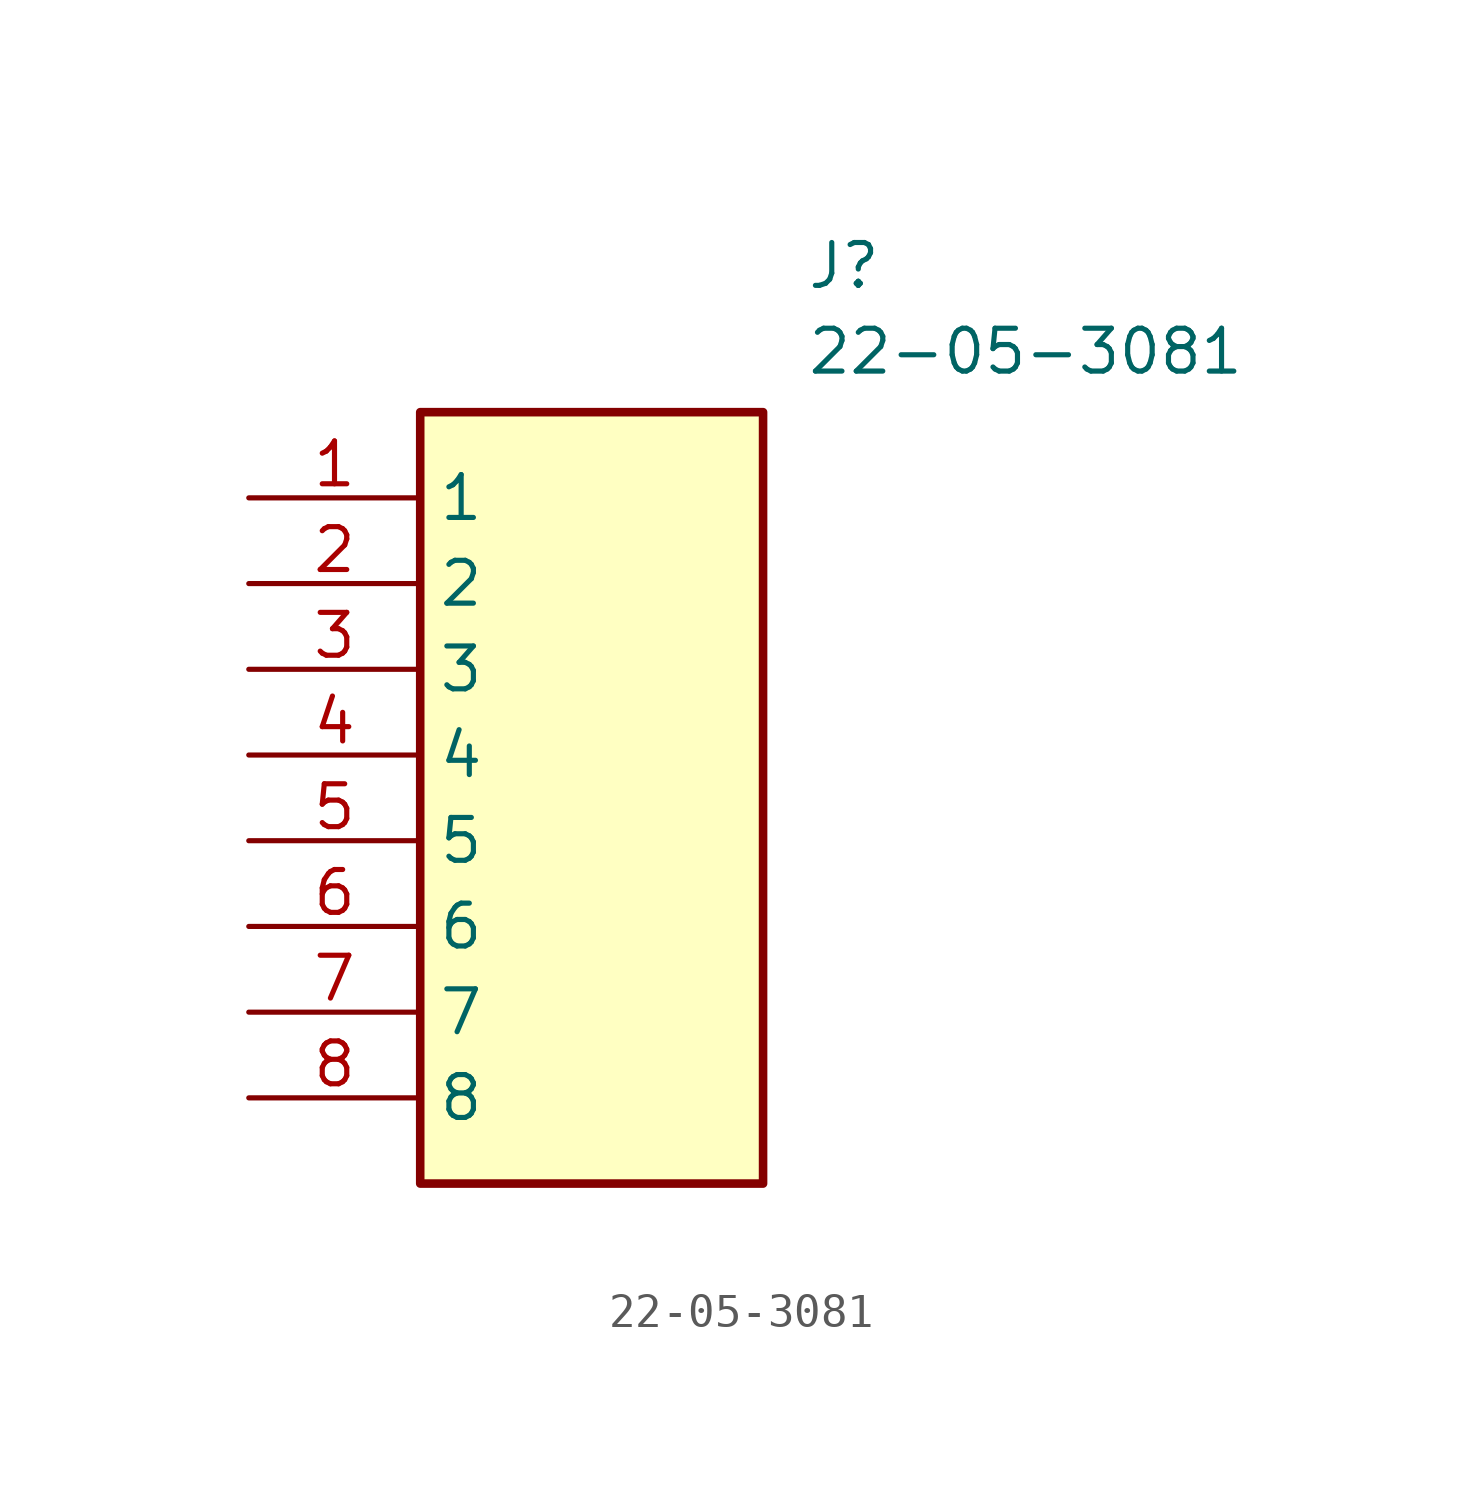
<source format=kicad_sym>
(kicad_symbol_lib
  (version 20211014)
  (generator SamacSys_ECAD_Model)
  (symbol "22-05-3081"
    (property "Reference" "J"
      (at 16.51 7.62 0)
      (effects (font (size 1.27 1.27)) (justify left top)))
    (property "Value" "22-05-3081"
      (at 16.51 5.08 0)
      (effects (font (size 1.27 1.27)) (justify left top)))
    (rectangle
      (start 5.08 2.54)
      (end 15.24 -20.32)
      (stroke (width 0.254) (type default))
      (fill (type background)))
    (pin passive line
      (at 0 0 0)
      (length 5.08)
      (name "1" (effects (font (size 1.27 1.27))))
      (number "1" (effects (font (size 1.27 1.27)))))
    (pin passive line
      (at 0 -2.54 0)
      (length 5.08)
      (name "2" (effects (font (size 1.27 1.27))))
      (number "2" (effects (font (size 1.27 1.27)))))
    (pin passive line
      (at 0 -5.08 0)
      (length 5.08)
      (name "3" (effects (font (size 1.27 1.27))))
      (number "3" (effects (font (size 1.27 1.27)))))
    (pin passive line
      (at 0 -7.62 0)
      (length 5.08)
      (name "4" (effects (font (size 1.27 1.27))))
      (number "4" (effects (font (size 1.27 1.27)))))
    (pin passive line
      (at 0 -10.16 0)
      (length 5.08)
      (name "5" (effects (font (size 1.27 1.27))))
      (number "5" (effects (font (size 1.27 1.27)))))
    (pin passive line
      (at 0 -12.7 0)
      (length 5.08)
      (name "6" (effects (font (size 1.27 1.27))))
      (number "6" (effects (font (size 1.27 1.27)))))
    (pin passive line
      (at 0 -15.24 0)
      (length 5.08)
      (name "7" (effects (font (size 1.27 1.27))))
      (number "7" (effects (font (size 1.27 1.27)))))
    (pin passive line
      (at 0 -17.78 0)
      (length 5.08)
      (name "8" (effects (font (size 1.27 1.27))))
      (number "8" (effects (font (size 1.27 1.27)))))))
</source>
